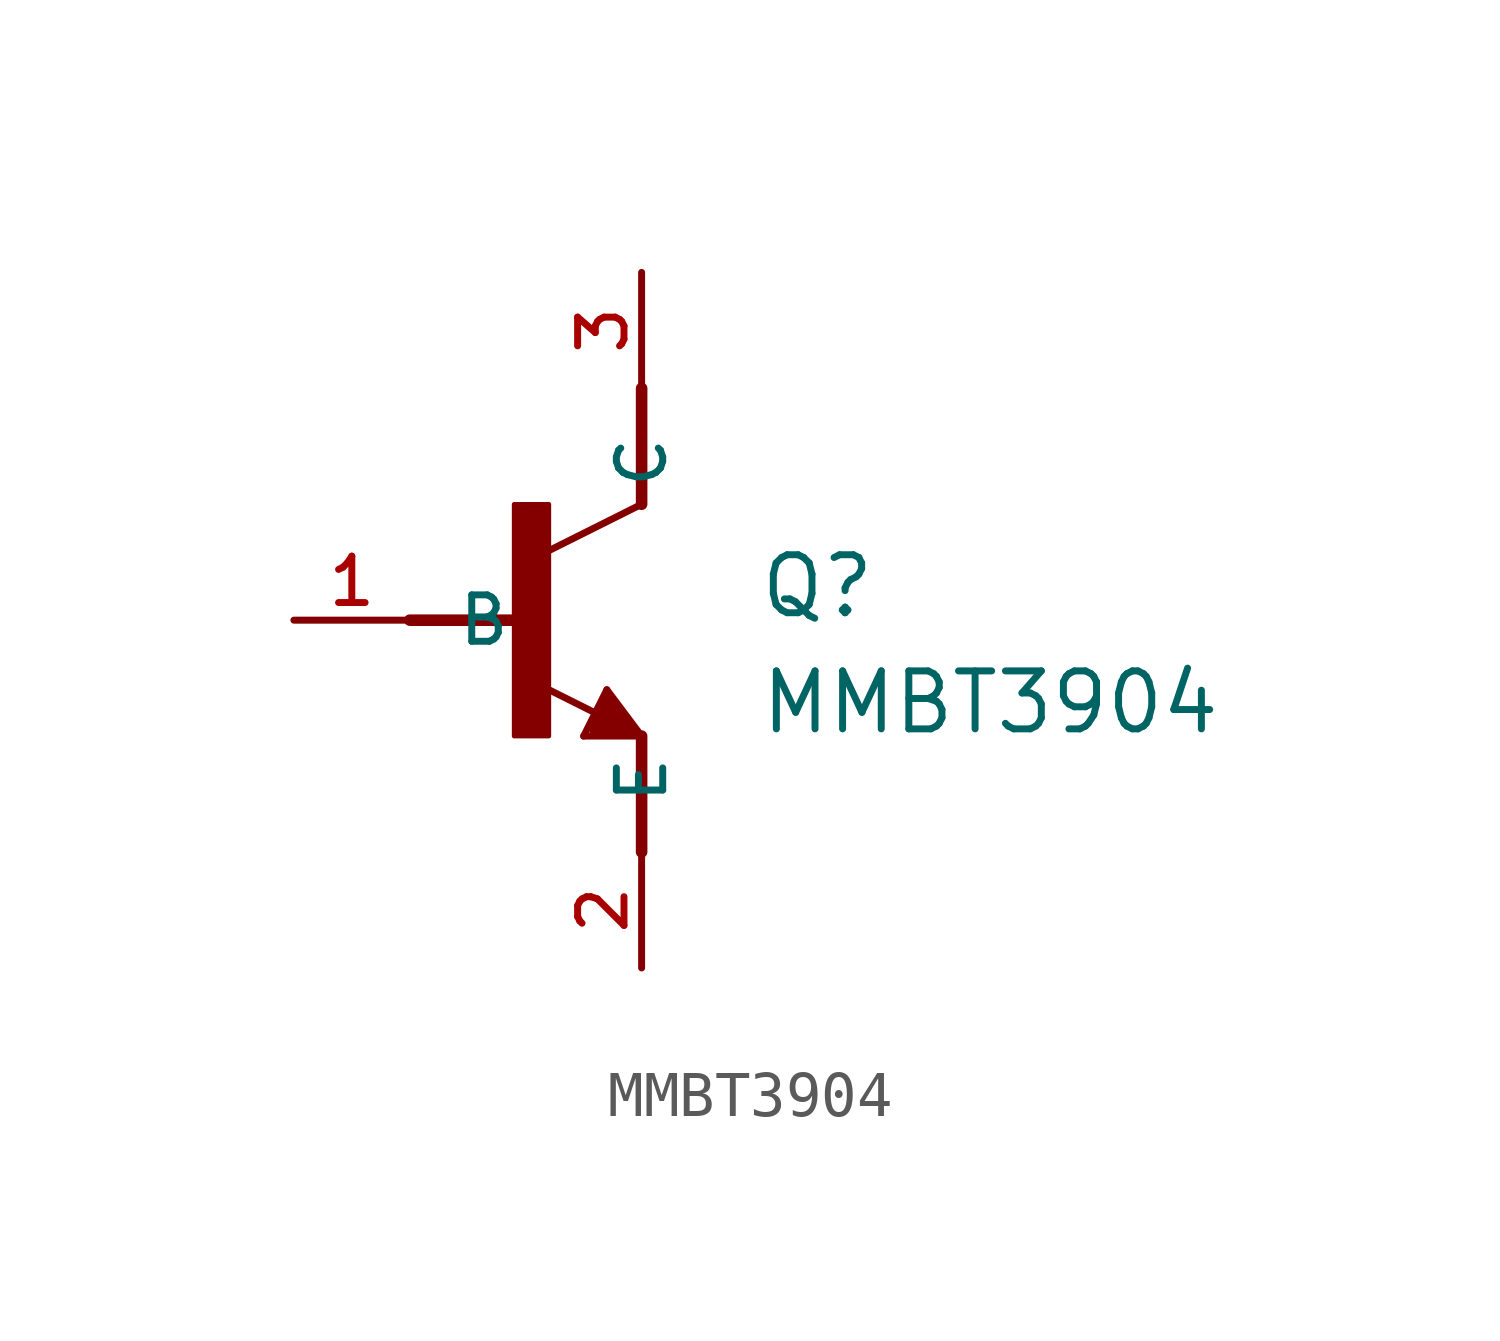
<source format=kicad_sym>
(kicad_symbol_lib
  (version 20211014)
  (generator kicad_symbol_editor)
  (symbol "MMBT3904"
    (pin_names
      (offset 1.016))
    (property "Reference" "Q"
      (at 5.084 0.0 0)
      (effects (font (size 1.27 1.27)) (justify bottom left)))
    (property "Value" "MMBT3904"
      (at 5.09 -2.545 0)
      (effects (font (size 1.27 1.27)) (justify bottom left)))
    (symbol "MMBT3904_0_0"
      (polyline (pts (xy 2.54 2.54) (xy 0.508 1.524)) (stroke (width 0.152)))
      (polyline (pts (xy 1.778 -1.524) (xy 2.54 -2.54)) (stroke (width 0.152)))
      (polyline (pts (xy 2.54 -2.54) (xy 1.27 -2.54)) (stroke (width 0.152)))
      (polyline (pts (xy 1.27 -2.54) (xy 1.778 -1.524)) (stroke (width 0.152)))
      (polyline (pts (xy 1.54 -2.04) (xy 0.308 -1.424)) (stroke (width 0.152)))
      (polyline (pts (xy 1.524 -2.413) (xy 2.286 -2.413)) (stroke (width 0.254)))
      (polyline (pts (xy 2.286 -2.413) (xy 1.778 -1.778)) (stroke (width 0.254)))
      (polyline (pts (xy 1.778 -1.778) (xy 1.524 -2.286)) (stroke (width 0.254)))
      (polyline (pts (xy 1.524 -2.286) (xy 1.905 -2.286)) (stroke (width 0.254)))
      (polyline (pts (xy 1.905 -2.286) (xy 1.778 -2.032)) (stroke (width 0.254)))
      (rectangle (start -0.254 -2.54) (end 0.508 2.54) (stroke (width 0.1)) (fill (type outline)))
      (polyline (pts (xy -2.54 0.0) (xy 0.0 0.0)) (stroke (width 0.254)))
      (polyline (pts (xy 2.54 5.08) (xy 2.54 2.54)) (stroke (width 0.254)))
      (polyline (pts (xy 2.54 -2.54) (xy 2.54 -5.08)) (stroke (width 0.254)))
      (pin passive line (at -5.08 0.0 0) (length 2.54) (name "B" (effects (font (size 1.016 1.016)))) (number "1" (effects (font (size 1.016 1.016)))))
      (pin passive line (at 2.54 -7.62 90.0) (length 2.54) (name "E" (effects (font (size 1.016 1.016)))) (number "2" (effects (font (size 1.016 1.016)))))
      (pin passive line (at 2.54 7.62 270.0) (length 2.54) (name "C" (effects (font (size 1.016 1.016)))) (number "3" (effects (font (size 1.016 1.016))))))))
</source>
